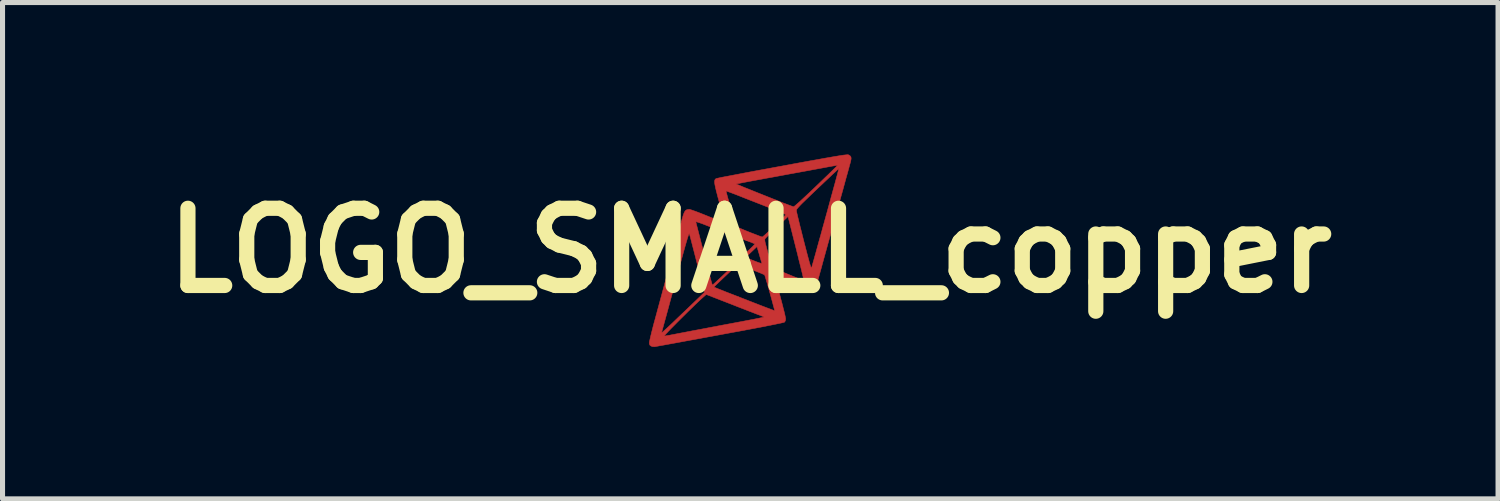
<source format=kicad_pcb>
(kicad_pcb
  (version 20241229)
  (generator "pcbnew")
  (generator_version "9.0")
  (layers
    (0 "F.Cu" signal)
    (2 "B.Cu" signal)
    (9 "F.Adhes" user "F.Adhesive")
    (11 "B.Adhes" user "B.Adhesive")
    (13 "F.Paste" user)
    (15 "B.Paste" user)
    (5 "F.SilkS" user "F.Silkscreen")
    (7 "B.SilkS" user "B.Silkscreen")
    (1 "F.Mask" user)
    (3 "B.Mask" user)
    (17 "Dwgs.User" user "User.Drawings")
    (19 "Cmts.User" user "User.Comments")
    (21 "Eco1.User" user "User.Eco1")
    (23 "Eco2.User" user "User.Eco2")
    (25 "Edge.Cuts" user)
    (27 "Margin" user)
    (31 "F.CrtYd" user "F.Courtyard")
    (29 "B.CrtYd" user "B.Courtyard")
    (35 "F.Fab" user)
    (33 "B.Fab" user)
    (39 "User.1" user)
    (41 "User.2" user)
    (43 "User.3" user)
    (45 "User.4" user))
  (footprint "LOGO_SMALL_copper"
    (layer "F.Cu")
    (at 11.764 1.897)
    (property "Reference" "LOGO_SMALL_copper" (at 0 0 0) (layer "F.SilkS") (effects (font (size 1.524 1.524) (thickness 0.3))))
    (attr through_hole)
    (fp_poly (pts (xy 1.934 -1.891) (xy 1.941 -1.889) (xy 1.971 -1.87) (xy 1.988 -1.846) (xy 1.991 -1.812) (xy 1.982 -1.763) (xy 1.977 -1.744) (xy 1.971 -1.721) (xy 1.958 -1.676) (xy 1.941 -1.611) (xy 1.918 -1.528) (xy 1.89 -1.429) (xy 1.859 -1.315) (xy 1.825 -1.19) (xy 1.787 -1.055) (xy 1.748 -0.912) (xy 1.707 -0.764) (xy 1.665 -0.612) (xy 1.623 -0.459) (xy 1.581 -0.306) (xy 1.539 -0.156) (xy 1.499 -0.011) (xy 1.461 0.127) (xy 1.425 0.257) (xy 1.393 0.375) (xy 1.364 0.479) (xy 1.339 0.569) (xy 1.319 0.641) (xy 1.317 0.646) (xy 1.3 0.705) (xy 1.283 0.755) (xy 1.269 0.792) (xy 1.26 0.808) (xy 1.244 0.819) (xy 1.222 0.825) (xy 1.191 0.823) (xy 1.15 0.815) (xy 1.095 0.799) (xy 1.024 0.774) (xy 0.934 0.741) (xy 0.831 0.7) (xy 0.747 0.667) (xy 0.671 0.638) (xy 0.607 0.615) (xy 0.556 0.597) (xy 0.523 0.587) (xy 0.51 0.585) (xy 0.51 0.585) (xy 0.512 0.6) (xy 0.521 0.635) (xy 0.534 0.689) (xy 0.551 0.758) (xy 0.572 0.839) (xy 0.596 0.929) (xy 0.602 0.953) (xy 0.627 1.046) (xy 0.649 1.133) (xy 0.669 1.21) (xy 0.684 1.274) (xy 0.694 1.322) (xy 0.698 1.349) (xy 0.698 1.351) (xy 0.692 1.388) (xy 0.676 1.413) (xy 0.659 1.419) (xy 0.617 1.429) (xy 0.551 1.443) (xy 0.459 1.462) (xy 0.343 1.485) (xy 0.202 1.513) (xy 0.037 1.544) (xy -0.153 1.58) (xy -0.366 1.619) (xy -0.597 1.662) (xy -0.772 1.694) (xy -0.941 1.725) (xy -1.102 1.755) (xy -1.252 1.782) (xy -1.391 1.808) (xy -1.516 1.831) (xy -1.626 1.851) (xy -1.719 1.868) (xy -1.793 1.881) (xy -1.847 1.891) (xy -1.879 1.897) (xy -1.886 1.898) (xy -1.93 1.896) (xy -1.959 1.886) (xy -1.984 1.866) (xy -1.993 1.837) (xy -1.994 1.821) (xy -1.991 1.798) (xy -1.981 1.754) (xy -1.967 1.692) (xy -1.966 1.688) (xy -1.702 1.688) (xy -1.683 1.686) (xy -1.644 1.68) (xy -1.591 1.671) (xy -1.53 1.659) (xy -1.524 1.658) (xy -1.461 1.646) (xy -1.374 1.629) (xy -1.263 1.608) (xy -1.129 1.582) (xy -0.972 1.553) (xy -0.794 1.519) (xy -0.595 1.481) (xy -0.375 1.44) (xy -0.135 1.395) (xy -0.109 1.39) (xy -0.016 1.372) (xy 0.069 1.356) (xy 0.143 1.341) (xy 0.202 1.329) (xy 0.243 1.32) (xy 0.263 1.315) (xy 0.265 1.314) (xy 0.259 1.307) (xy 0.236 1.296) (xy 0.234 1.295) (xy 0.215 1.288) (xy 0.174 1.272) (xy 0.115 1.25) (xy 0.041 1.221) (xy -0.048 1.187) (xy -0.147 1.148) (xy -0.254 1.107) (xy -0.337 1.074) (xy -0.87 0.867) (xy -0.94 0.929) (xy -0.979 0.964) (xy -1.029 1.011) (xy -1.088 1.067) (xy -1.153 1.131) (xy -1.224 1.199) (xy -1.296 1.271) (xy -1.369 1.343) (xy -1.44 1.414) (xy -1.506 1.481) (xy -1.567 1.542) (xy -1.619 1.596) (xy -1.66 1.639) (xy -1.688 1.67) (xy -1.701 1.686) (xy -1.702 1.688) (xy -1.966 1.688) (xy -1.948 1.615) (xy -1.948 1.614) (xy -1.75 1.614) (xy -1.749 1.617) (xy -1.743 1.616) (xy -1.731 1.608) (xy -1.712 1.593) (xy -1.685 1.568) (xy -1.647 1.533) (xy -1.597 1.486) (xy -1.534 1.427) (xy -1.457 1.353) (xy -1.364 1.264) (xy -1.29 1.194) (xy -0.904 0.824) (xy -0.931 0.721) (xy -0.717 0.721) (xy -0.705 0.726) (xy -0.672 0.74) (xy -0.621 0.761) (xy -0.554 0.787) (xy -0.475 0.819) (xy -0.385 0.854) (xy -0.289 0.891) (xy -0.187 0.931) (xy -0.084 0.971) (xy 0.018 1.011) (xy 0.116 1.049) (xy 0.208 1.085) (xy 0.292 1.117) (xy 0.363 1.144) (xy 0.42 1.165) (xy 0.459 1.18) (xy 0.479 1.187) (xy 0.48 1.187) (xy 0.478 1.174) (xy 0.47 1.14) (xy 0.456 1.088) (xy 0.438 1.021) (xy 0.417 0.942) (xy 0.392 0.853) (xy 0.387 0.836) (xy 0.362 0.746) (xy 0.339 0.664) (xy 0.318 0.594) (xy 0.301 0.537) (xy 0.289 0.499) (xy 0.282 0.481) (xy 0.282 0.48) (xy 0.268 0.473) (xy 0.234 0.458) (xy 0.184 0.437) (xy 0.121 0.412) (xy 0.051 0.384) (xy 0.044 0.381) (xy -0.029 0.353) (xy -0.095 0.326) (xy -0.151 0.304) (xy -0.191 0.288) (xy -0.213 0.279) (xy -0.213 0.279) (xy -0.224 0.277) (xy -0.236 0.279) (xy -0.253 0.288) (xy -0.277 0.306) (xy -0.31 0.334) (xy -0.355 0.374) (xy -0.413 0.428) (xy -0.481 0.492) (xy -0.545 0.553) (xy -0.603 0.608) (xy -0.651 0.654) (xy -0.688 0.69) (xy -0.711 0.713) (xy -0.717 0.721) (xy -0.931 0.721) (xy -0.959 0.612) (xy -0.977 0.54) (xy -1 0.451) (xy -1.026 0.348) (xy -1.054 0.239) (xy -1.082 0.13) (xy -1.104 0.044) (xy -1.128 -0.048) (xy -1.15 -0.133) (xy -1.169 -0.207) (xy -1.185 -0.267) (xy -1.197 -0.31) (xy -1.203 -0.333) (xy -1.204 -0.334) (xy -1.21 -0.33) (xy -1.222 -0.301) (xy -1.239 -0.249) (xy -1.262 -0.171) (xy -1.291 -0.07) (xy -1.326 0.056) (xy -1.339 0.104) (xy -1.373 0.229) (xy -1.412 0.371) (xy -1.453 0.525) (xy -1.496 0.683) (xy -1.538 0.838) (xy -1.578 0.983) (xy -1.602 1.073) (xy -1.632 1.183) (xy -1.66 1.286) (xy -1.686 1.38) (xy -1.708 1.46) (xy -1.726 1.526) (xy -1.739 1.574) (xy -1.747 1.601) (xy -1.748 1.606) (xy -1.75 1.614) (xy -1.948 1.614) (xy -1.926 1.527) (xy -1.901 1.431) (xy -1.885 1.374) (xy -1.809 1.093) (xy -1.739 0.835) (xy -1.676 0.601) (xy -1.619 0.389) (xy -1.568 0.199) (xy -1.522 0.03) (xy -1.482 -0.119) (xy -1.447 -0.249) (xy -1.417 -0.36) (xy -1.392 -0.452) (xy -1.372 -0.528) (xy -1.361 -0.568) (xy -1.076 -0.568) (xy -1.072 -0.553) (xy -1.063 -0.515) (xy -1.048 -0.458) (xy -1.029 -0.384) (xy -1.006 -0.295) (xy -0.98 -0.193) (xy -0.951 -0.08) (xy -0.92 0.04) (xy -0.913 0.067) (xy -0.883 0.187) (xy -0.853 0.3) (xy -0.826 0.403) (xy -0.802 0.493) (xy -0.782 0.568) (xy -0.766 0.626) (xy -0.754 0.665) (xy -0.748 0.682) (xy -0.748 0.683) (xy -0.737 0.673) (xy -0.71 0.649) (xy -0.67 0.612) (xy -0.619 0.565) (xy -0.56 0.51) (xy -0.513 0.465) (xy -0.45 0.405) (xy -0.393 0.351) (xy -0.346 0.305) (xy -0.309 0.269) (xy -0.287 0.246) (xy -0.281 0.239) (xy -0.283 0.224) (xy -0.292 0.188) (xy -0.305 0.136) (xy -0.094 0.136) (xy 0.051 0.194) (xy 0.125 0.223) (xy 0.177 0.242) (xy 0.211 0.252) (xy 0.226 0.253) (xy 0.228 0.251) (xy 0.225 0.238) (xy 0.215 0.206) (xy 0.201 0.158) (xy 0.184 0.1) (xy 0.18 0.085) (xy 0.132 -0.078) (xy -0.094 0.136) (xy -0.305 0.136) (xy -0.305 0.135) (xy -0.323 0.069) (xy -0.344 -0.008) (xy -0.356 -0.05) (xy -0.409 -0.24) (xy -0.216 -0.24) (xy -0.213 -0.22) (xy -0.204 -0.184) (xy -0.192 -0.136) (xy -0.178 -0.083) (xy -0.162 -0.03) (xy -0.148 0.018) (xy -0.137 0.054) (xy -0.129 0.074) (xy -0.128 0.076) (xy -0.116 0.068) (xy -0.089 0.046) (xy -0.053 0.013) (xy -0.012 -0.024) (xy 0.029 -0.064) (xy 0.062 -0.097) (xy 0.083 -0.12) (xy 0.089 -0.13) (xy 0.073 -0.139) (xy 0.039 -0.153) (xy -0.005 -0.171) (xy -0.056 -0.19) (xy -0.106 -0.208) (xy 0.286 -0.208) (xy 0.289 -0.184) (xy 0.296 -0.15) (xy 0.309 -0.101) (xy 0.327 -0.033) (xy 0.349 0.047) (xy 0.371 0.126) (xy 0.392 0.197) (xy 0.409 0.257) (xy 0.423 0.301) (xy 0.431 0.326) (xy 0.432 0.329) (xy 0.445 0.338) (xy 0.478 0.353) (xy 0.527 0.375) (xy 0.588 0.402) (xy 0.657 0.431) (xy 0.73 0.462) (xy 0.804 0.492) (xy 0.875 0.521) (xy 0.938 0.546) (xy 0.99 0.566) (xy 1.027 0.579) (xy 1.045 0.584) (xy 1.054 0.574) (xy 1.054 0.571) (xy 1.051 0.556) (xy 1.042 0.519) (xy 1.029 0.462) (xy 1.011 0.388) (xy 0.989 0.299) (xy 0.963 0.197) (xy 0.936 0.085) (xy 0.906 -0.034) (xy 0.9 -0.058) (xy 0.745 -0.672) (xy 0.535 -0.471) (xy 0.473 -0.412) (xy 0.416 -0.357) (xy 0.367 -0.31) (xy 0.329 -0.273) (xy 0.306 -0.249) (xy 0.3 -0.243) (xy 0.292 -0.234) (xy 0.287 -0.223) (xy 0.286 -0.208) (xy -0.106 -0.208) (xy -0.107 -0.208) (xy -0.154 -0.224) (xy -0.191 -0.235) (xy -0.213 -0.24) (xy -0.216 -0.24) (xy -0.409 -0.24) (xy -0.435 -0.329) (xy -0.563 -0.379) (xy -0.623 -0.402) (xy -0.697 -0.431) (xy -0.779 -0.464) (xy -0.86 -0.495) (xy -0.887 -0.506) (xy -0.951 -0.531) (xy -1.006 -0.55) (xy -1.047 -0.563) (xy -1.072 -0.569) (xy -1.076 -0.568) (xy -1.361 -0.568) (xy -1.359 -0.578) (xy -1.336 -0.66) (xy -1.317 -0.72) (xy -1.299 -0.762) (xy -1.28 -0.789) (xy -1.258 -0.804) (xy -1.23 -0.811) (xy -1.198 -0.813) (xy -1.18 -0.808) (xy -1.141 -0.795) (xy -1.085 -0.775) (xy -1.016 -0.749) (xy -0.937 -0.718) (xy -0.85 -0.683) (xy -0.843 -0.68) (xy -0.758 -0.646) (xy -0.68 -0.615) (xy -0.613 -0.59) (xy -0.561 -0.57) (xy -0.525 -0.557) (xy -0.51 -0.553) (xy -0.509 -0.553) (xy -0.511 -0.566) (xy -0.519 -0.601) (xy -0.532 -0.654) (xy -0.55 -0.723) (xy -0.572 -0.804) (xy -0.596 -0.895) (xy -0.609 -0.941) (xy -0.641 -1.059) (xy -0.666 -1.156) (xy -0.671 -1.177) (xy -0.479 -1.177) (xy -0.477 -1.164) (xy -0.468 -1.13) (xy -0.455 -1.08) (xy -0.437 -1.016) (xy -0.416 -0.943) (xy -0.393 -0.864) (xy -0.37 -0.784) (xy -0.346 -0.705) (xy -0.324 -0.632) (xy -0.305 -0.568) (xy -0.289 -0.518) (xy -0.277 -0.483) (xy -0.271 -0.47) (xy -0.257 -0.462) (xy -0.223 -0.447) (xy -0.173 -0.427) (xy -0.114 -0.402) (xy -0.048 -0.375) (xy 0.02 -0.348) (xy 0.086 -0.323) (xy 0.145 -0.3) (xy 0.192 -0.282) (xy 0.225 -0.271) (xy 0.236 -0.268) (xy 0.249 -0.276) (xy 0.277 -0.299) (xy 0.318 -0.336) (xy 0.369 -0.383) (xy 0.428 -0.438) (xy 0.474 -0.483) (xy 0.536 -0.543) (xy 0.592 -0.597) (xy 0.639 -0.643) (xy 0.674 -0.679) (xy 0.695 -0.701) (xy 0.701 -0.708) (xy 0.69 -0.715) (xy 0.659 -0.73) (xy 0.61 -0.751) (xy 0.548 -0.777) (xy 0.514 -0.791) (xy 0.91 -0.791) (xy 0.913 -0.772) (xy 0.922 -0.73) (xy 0.936 -0.67) (xy 0.955 -0.592) (xy 0.977 -0.501) (xy 1.003 -0.399) (xy 1.031 -0.287) (xy 1.055 -0.192) (xy 1.091 -0.053) (xy 1.121 0.063) (xy 1.146 0.157) (xy 1.166 0.23) (xy 1.182 0.284) (xy 1.194 0.32) (xy 1.203 0.34) (xy 1.208 0.345) (xy 1.209 0.343) (xy 1.214 0.326) (xy 1.225 0.287) (xy 1.242 0.227) (xy 1.264 0.149) (xy 1.291 0.054) (xy 1.321 -0.056) (xy 1.355 -0.18) (xy 1.393 -0.314) (xy 1.432 -0.457) (xy 1.474 -0.608) (xy 1.486 -0.652) (xy 1.528 -0.803) (xy 1.567 -0.947) (xy 1.604 -1.082) (xy 1.638 -1.206) (xy 1.669 -1.318) (xy 1.695 -1.415) (xy 1.717 -1.495) (xy 1.733 -1.557) (xy 1.744 -1.599) (xy 1.749 -1.618) (xy 1.749 -1.62) (xy 1.74 -1.612) (xy 1.714 -1.588) (xy 1.673 -1.55) (xy 1.619 -1.5) (xy 1.555 -1.439) (xy 1.481 -1.37) (xy 1.4 -1.293) (xy 1.327 -1.224) (xy 1.227 -1.129) (xy 1.144 -1.049) (xy 1.076 -0.983) (xy 1.022 -0.931) (xy 0.981 -0.889) (xy 0.951 -0.856) (xy 0.93 -0.832) (xy 0.917 -0.814) (xy 0.911 -0.8) (xy 0.91 -0.791) (xy 0.514 -0.791) (xy 0.475 -0.807) (xy 0.424 -0.827) (xy 0.328 -0.865) (xy 0.216 -0.909) (xy 0.096 -0.956) (xy -0.022 -1.002) (xy -0.132 -1.045) (xy -0.164 -1.058) (xy -0.247 -1.091) (xy -0.322 -1.12) (xy -0.386 -1.144) (xy -0.435 -1.162) (xy -0.467 -1.174) (xy -0.479 -1.177) (xy -0.671 -1.177) (xy -0.685 -1.233) (xy -0.697 -1.292) (xy -0.701 -1.315) (xy -0.277 -1.315) (xy -0.267 -1.309) (xy -0.235 -1.296) (xy -0.186 -1.275) (xy -0.122 -1.248) (xy -0.044 -1.217) (xy 0.043 -1.182) (xy 0.137 -1.144) (xy 0.235 -1.105) (xy 0.335 -1.065) (xy 0.433 -1.026) (xy 0.528 -0.989) (xy 0.615 -0.954) (xy 0.693 -0.924) (xy 0.759 -0.899) (xy 0.81 -0.88) (xy 0.842 -0.868) (xy 0.854 -0.865) (xy 0.868 -0.873) (xy 0.898 -0.898) (xy 0.943 -0.937) (xy 1.001 -0.989) (xy 1.07 -1.053) (xy 1.15 -1.128) (xy 1.237 -1.21) (xy 1.302 -1.272) (xy 1.388 -1.355) (xy 1.468 -1.432) (xy 1.541 -1.502) (xy 1.604 -1.564) (xy 1.655 -1.614) (xy 1.694 -1.652) (xy 1.717 -1.676) (xy 1.724 -1.683) (xy 1.711 -1.682) (xy 1.678 -1.677) (xy 1.63 -1.669) (xy 1.571 -1.658) (xy 1.562 -1.657) (xy 1.477 -1.641) (xy 1.37 -1.621) (xy 1.244 -1.598) (xy 1.104 -1.572) (xy 0.952 -1.544) (xy 0.791 -1.515) (xy 0.625 -1.484) (xy 0.458 -1.453) (xy 0.291 -1.423) (xy 0.184 -1.403) (xy 0.08 -1.384) (xy -0.016 -1.366) (xy -0.101 -1.35) (xy -0.173 -1.336) (xy -0.228 -1.325) (xy -0.263 -1.318) (xy -0.277 -1.315) (xy -0.277 -1.315) (xy -0.701 -1.315) (xy -0.704 -1.337) (xy -0.705 -1.37) (xy -0.7 -1.393) (xy -0.691 -1.409) (xy -0.676 -1.42) (xy -0.669 -1.423) (xy -0.653 -1.427) (xy -0.614 -1.435) (xy -0.553 -1.448) (xy -0.472 -1.463) (xy -0.373 -1.482) (xy -0.257 -1.504) (xy -0.127 -1.529) (xy 0.016 -1.556) (xy 0.171 -1.585) (xy 0.335 -1.615) (xy 0.508 -1.647) (xy 0.634 -1.67) (xy 0.843 -1.709) (xy 1.029 -1.743) (xy 1.193 -1.773) (xy 1.336 -1.798) (xy 1.46 -1.821) (xy 1.566 -1.839) (xy 1.655 -1.855) (xy 1.729 -1.867) (xy 1.789 -1.877) (xy 1.837 -1.884) (xy 1.874 -1.888) (xy 1.902 -1.891) (xy 1.921 -1.892) (xy 1.934 -1.891)) (stroke (width 0.01) (type solid)) (fill yes) (layer "F.Cu")))
  (gr_rect
    (start -3 -3)
    (end 26.528 6.8)
    (stroke (width 0.1) (type default))
    (fill no)
    (layer "Edge.Cuts")))
</source>
